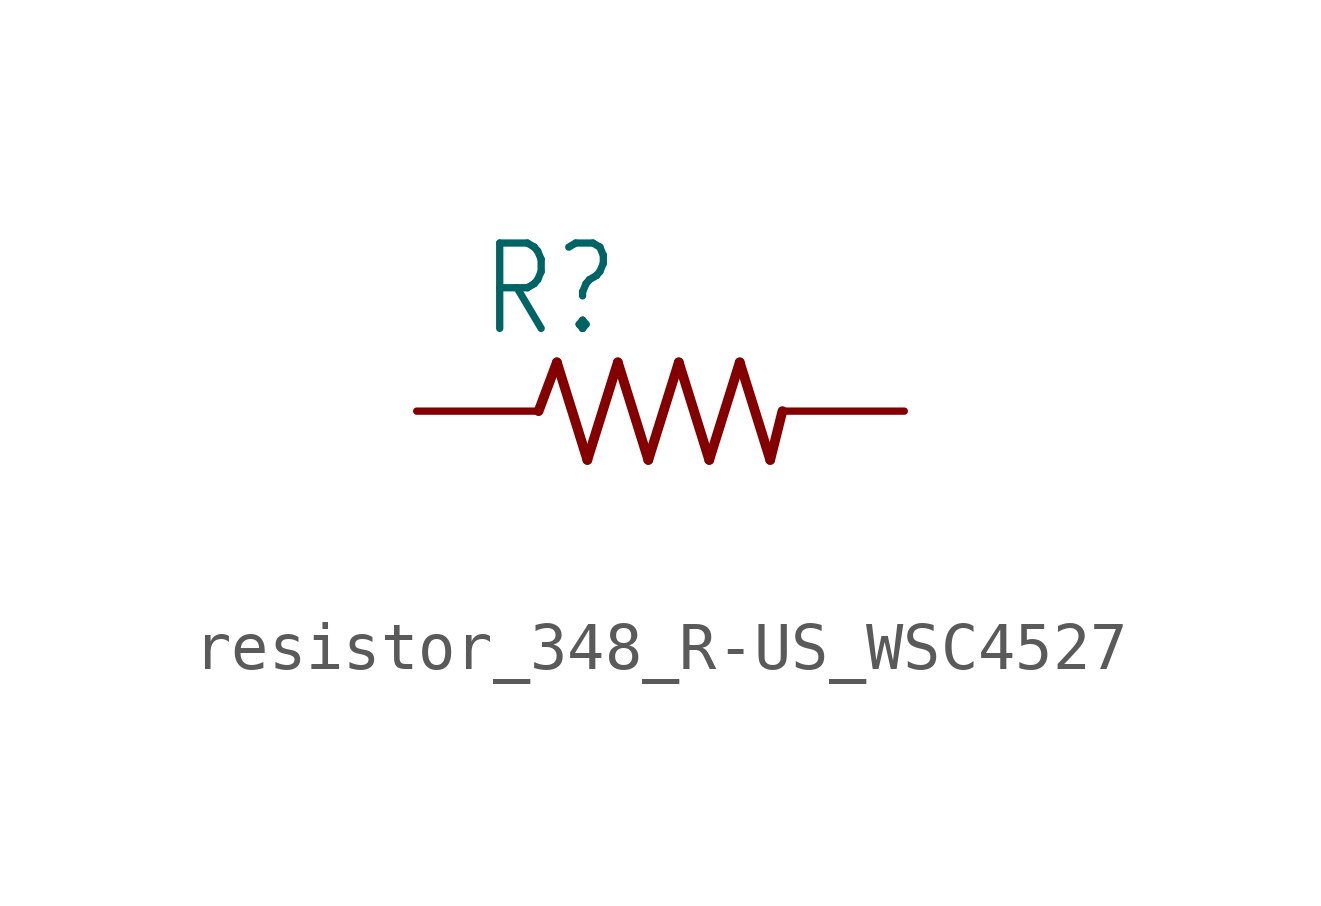
<source format=kicad_sym>
(kicad_symbol_lib
  (version 20241209)
  (generator "kicad_symbol_editor")
  (generator_version "9.0")
  (symbol "resistor_348_R-US_WSC4527"
    (property "Reference" "R"
      (at -3.81 1.499 0)
      (effects (font (size 1.778 1.511)) (justify left bottom)))
    (property "Value" ""
      (at -3.81 -3.302 0)
      (effects (font (size 1.778 1.511)) (justify left bottom)))
    (property "ki_locked" ""
      (at 0 0 0)
      (effects (font (size 1.27 1.27))))
    (symbol "resistor_348_R-US_WSC4527_1_0"
      (polyline (pts (xy -2.54 0) (xy -2.159 1.016)) (stroke (width 0.203) (type solid)) (fill (type none)))
      (polyline (pts (xy -2.159 1.016) (xy -1.524 -1.016)) (stroke (width 0.203) (type solid)) (fill (type none)))
      (polyline (pts (xy -1.524 -1.016) (xy -0.889 1.016)) (stroke (width 0.203) (type solid)) (fill (type none)))
      (polyline (pts (xy -0.889 1.016) (xy -0.254 -1.016)) (stroke (width 0.203) (type solid)) (fill (type none)))
      (polyline (pts (xy -0.254 -1.016) (xy 0.381 1.016)) (stroke (width 0.203) (type solid)) (fill (type none)))
      (polyline (pts (xy 0.381 1.016) (xy 1.016 -1.016)) (stroke (width 0.203) (type solid)) (fill (type none)))
      (polyline (pts (xy 1.016 -1.016) (xy 1.651 1.016)) (stroke (width 0.203) (type solid)) (fill (type none)))
      (polyline (pts (xy 1.651 1.016) (xy 2.286 -1.016)) (stroke (width 0.203) (type solid)) (fill (type none)))
      (polyline (pts (xy 2.286 -1.016) (xy 2.54 0)) (stroke (width 0.203) (type solid)) (fill (type none)))
      (pin passive line (at -5.08 0 0) (length 2.54) (name "1" (effects (font (size 0 0)))) (number "1" (effects (font (size 0 0)))))
      (pin passive line (at 5.08 0 180) (length 2.54) (name "2" (effects (font (size 0 0)))) (number "2" (effects (font (size 0 0))))))))
</source>
